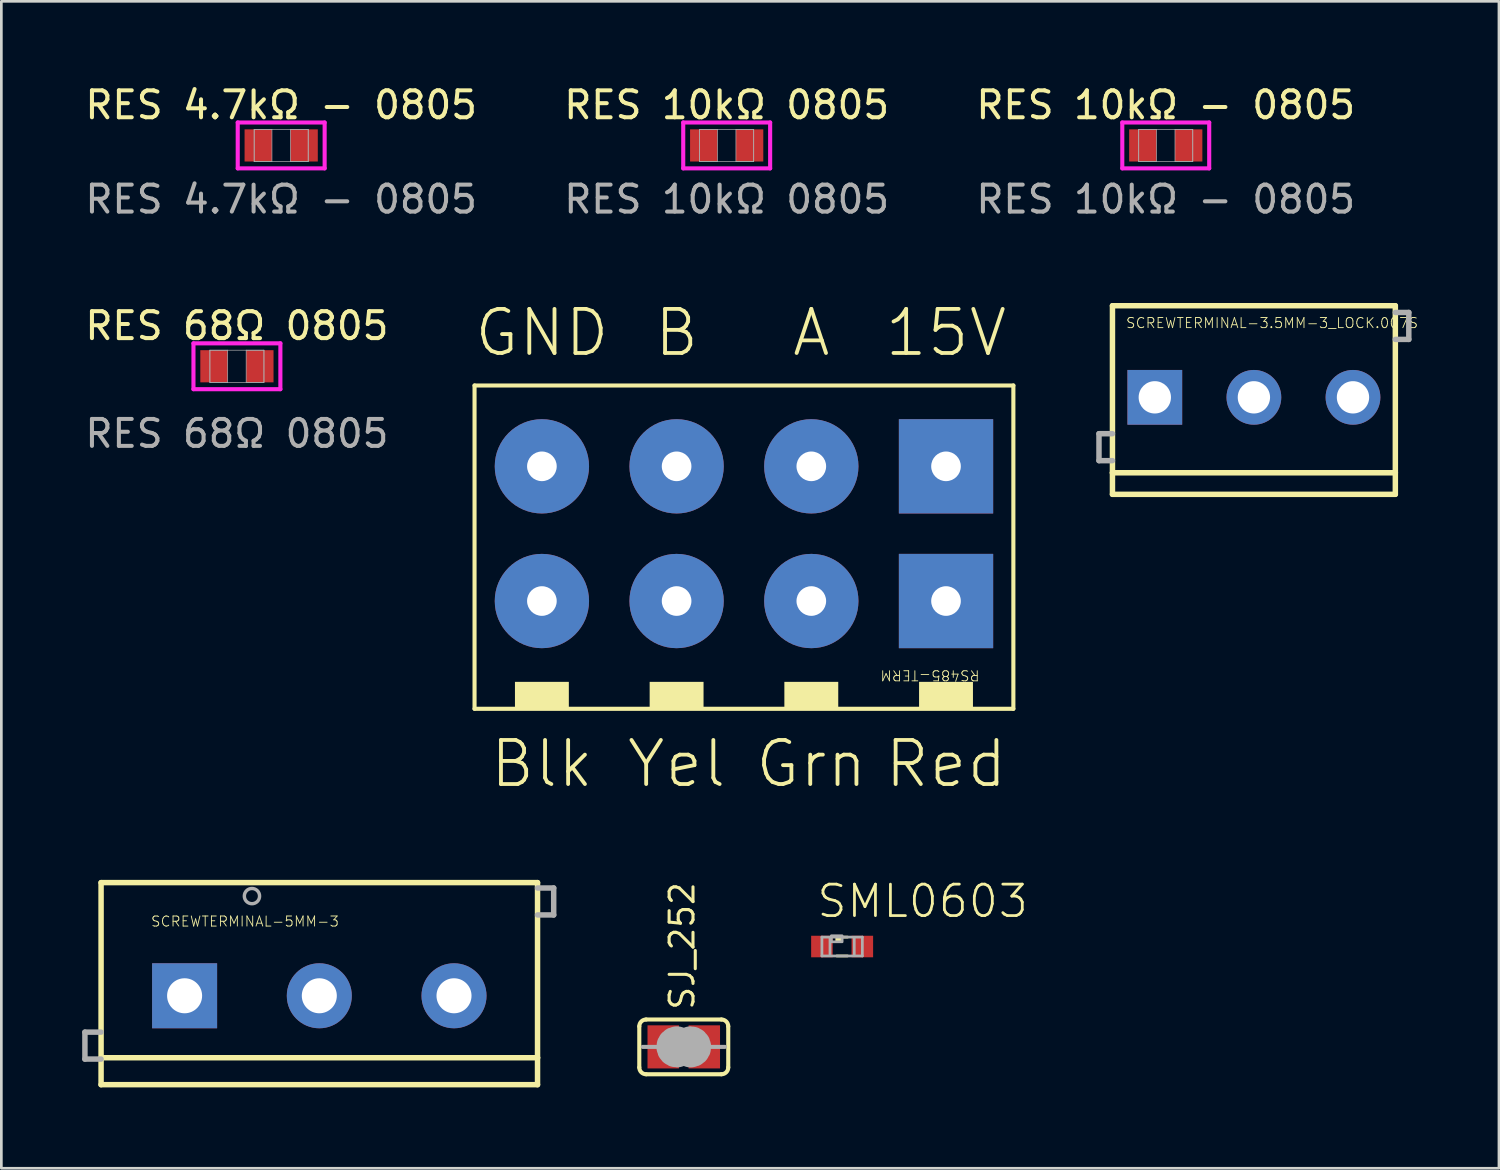
<source format=kicad_pcb>
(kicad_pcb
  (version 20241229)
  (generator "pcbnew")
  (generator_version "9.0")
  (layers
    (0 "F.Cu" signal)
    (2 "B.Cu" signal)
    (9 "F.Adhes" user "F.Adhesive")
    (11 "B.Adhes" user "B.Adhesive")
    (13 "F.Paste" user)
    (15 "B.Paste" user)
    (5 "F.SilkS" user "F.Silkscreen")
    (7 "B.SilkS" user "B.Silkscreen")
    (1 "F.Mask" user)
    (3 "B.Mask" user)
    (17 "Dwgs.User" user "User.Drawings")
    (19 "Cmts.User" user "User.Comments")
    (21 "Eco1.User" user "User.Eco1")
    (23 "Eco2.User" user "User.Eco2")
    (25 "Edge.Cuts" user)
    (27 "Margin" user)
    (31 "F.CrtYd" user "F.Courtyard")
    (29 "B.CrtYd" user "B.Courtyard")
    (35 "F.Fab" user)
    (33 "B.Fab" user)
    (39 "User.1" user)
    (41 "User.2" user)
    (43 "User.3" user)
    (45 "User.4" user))
  (footprint "RES 10kΩ 0805"
    (layer "F.Cu")
    (at 23.923 2.348)
    (property "Reference" "RES 10kΩ 0805" (at 0 -1.5 0) (unlocked yes) (layer "F.SilkS") (effects (font (size 1 1) (thickness 0.15))))
    (attr smd)
    (fp_line (start -1.613 -0.851) (end 1.613 -0.851) (stroke (width 0.152) (type solid)) (layer "F.CrtYd"))
    (fp_line (start -1.613 0.851) (end -1.613 -0.851) (stroke (width 0.152) (type solid)) (layer "F.CrtYd"))
    (fp_line (start 1.613 -0.851) (end 1.613 0.851) (stroke (width 0.152) (type solid)) (layer "F.CrtYd"))
    (fp_line (start 1.613 0.851) (end -1.613 0.851) (stroke (width 0.152) (type solid)) (layer "F.CrtYd"))
    (fp_line (start -1.003 -0.597) (end -1.003 0.597) (stroke (width 0.025) (type solid)) (layer "F.Fab"))
    (fp_line (start -1.003 -0.597) (end -1.003 0.597) (stroke (width 0.025) (type solid)) (layer "F.Fab"))
    (fp_line (start -1.003 0.597) (end -0.343 0.597) (stroke (width 0.025) (type solid)) (layer "F.Fab"))
    (fp_line (start -1.003 0.597) (end 1.003 0.597) (stroke (width 0.025) (type solid)) (layer "F.Fab"))
    (fp_line (start -0.343 -0.597) (end -1.003 -0.597) (stroke (width 0.025) (type solid)) (layer "F.Fab"))
    (fp_line (start -0.343 0.597) (end -0.343 -0.597) (stroke (width 0.025) (type solid)) (layer "F.Fab"))
    (fp_line (start 0.343 -0.597) (end 0.343 0.597) (stroke (width 0.025) (type solid)) (layer "F.Fab"))
    (fp_line (start 0.343 0.597) (end 1.003 0.597) (stroke (width 0.025) (type solid)) (layer "F.Fab"))
    (fp_line (start 1.003 -0.597) (end -1.003 -0.597) (stroke (width 0.025) (type solid)) (layer "F.Fab"))
    (fp_line (start 1.003 -0.597) (end 0.343 -0.597) (stroke (width 0.025) (type solid)) (layer "F.Fab"))
    (fp_line (start 1.003 0.597) (end 1.003 -0.597) (stroke (width 0.025) (type solid)) (layer "F.Fab"))
    (fp_line (start 1.003 0.597) (end 1.003 -0.597) (stroke (width 0.025) (type solid)) (layer "F.Fab"))
    (fp_text user "${REFERENCE}" (at 0 2 0) (unlocked yes) (layer "F.Fab") (effects (font (size 1 1) (thickness 0.15))))
    (pad "1" smd rect (at -0.851 0) (size 1.016 1.194) (layers "F.Cu" "F.Mask" "F.Paste"))
    (pad "2" smd rect (at 0.851 0) (size 1.016 1.194) (layers "F.Cu" "F.Mask" "F.Paste"))
    (zone (net_name "") (layer "F.Cu") (hatch full 0.508) (connect_pads) (min_thickness 0.254) (filled_areas_thickness no) (keepout (tracks not_allowed) (vias not_allowed) (pads allowed) (copperpour not_allowed) (footprints allowed)) (placement (enabled no)) (fill) (polygon (pts (xy 23.631 1.802) (xy 24.215 1.802) (xy 24.215 2.894) (xy 23.631 2.894)))))
  (footprint "RES 68Ω 0805"
    (layer "F.Cu")
    (at 5.744 10.545)
    (property "Reference" "RES 68Ω 0805" (at 0 -1.5 0) (unlocked yes) (layer "F.SilkS") (effects (font (size 1 1) (thickness 0.15))))
    (attr smd)
    (fp_line (start -1.613 -0.851) (end 1.613 -0.851) (stroke (width 0.152) (type solid)) (layer "F.CrtYd"))
    (fp_line (start -1.613 0.851) (end -1.613 -0.851) (stroke (width 0.152) (type solid)) (layer "F.CrtYd"))
    (fp_line (start 1.613 -0.851) (end 1.613 0.851) (stroke (width 0.152) (type solid)) (layer "F.CrtYd"))
    (fp_line (start 1.613 0.851) (end -1.613 0.851) (stroke (width 0.152) (type solid)) (layer "F.CrtYd"))
    (fp_line (start -1.003 -0.597) (end -1.003 0.597) (stroke (width 0.025) (type solid)) (layer "F.Fab"))
    (fp_line (start -1.003 -0.597) (end -1.003 0.597) (stroke (width 0.025) (type solid)) (layer "F.Fab"))
    (fp_line (start -1.003 0.597) (end -0.343 0.597) (stroke (width 0.025) (type solid)) (layer "F.Fab"))
    (fp_line (start -1.003 0.597) (end 1.003 0.597) (stroke (width 0.025) (type solid)) (layer "F.Fab"))
    (fp_line (start -0.343 -0.597) (end -1.003 -0.597) (stroke (width 0.025) (type solid)) (layer "F.Fab"))
    (fp_line (start -0.343 0.597) (end -0.343 -0.597) (stroke (width 0.025) (type solid)) (layer "F.Fab"))
    (fp_line (start 0.343 -0.597) (end 0.343 0.597) (stroke (width 0.025) (type solid)) (layer "F.Fab"))
    (fp_line (start 0.343 0.597) (end 1.003 0.597) (stroke (width 0.025) (type solid)) (layer "F.Fab"))
    (fp_line (start 1.003 -0.597) (end -1.003 -0.597) (stroke (width 0.025) (type solid)) (layer "F.Fab"))
    (fp_line (start 1.003 -0.597) (end 0.343 -0.597) (stroke (width 0.025) (type solid)) (layer "F.Fab"))
    (fp_line (start 1.003 0.597) (end 1.003 -0.597) (stroke (width 0.025) (type solid)) (layer "F.Fab"))
    (fp_line (start 1.003 0.597) (end 1.003 -0.597) (stroke (width 0.025) (type solid)) (layer "F.Fab"))
    (fp_text user "${REFERENCE}" (at 0 2.5 0) (unlocked yes) (layer "F.Fab") (effects (font (size 1 1) (thickness 0.15))))
    (pad "1" smd rect (at -0.851 0) (size 1.016 1.194) (layers "F.Cu" "F.Mask" "F.Paste"))
    (pad "2" smd rect (at 0.851 0) (size 1.016 1.194) (layers "F.Cu" "F.Mask" "F.Paste"))
    (zone (net_name "") (layer "F.Cu") (hatch full 0.508) (connect_pads) (min_thickness 0.254) (filled_areas_thickness no) (keepout (tracks not_allowed) (vias not_allowed) (pads allowed) (copperpour not_allowed) (footprints allowed)) (placement (enabled no)) (fill) (polygon (pts (xy 5.452 9.999) (xy 6.036 9.999) (xy 6.036 11.091) (xy 5.452 11.091)))))
  (footprint "RS485-TERM"
    (layer "F.Cu")
    (at 32.064 19.259)
    (property "Reference" "RS485-TERM" (at 1.27 2.54 180) (unlocked yes) (layer "F.SilkS") (effects (font (size 0.374 0.374) (thickness 0.033)) (justify left bottom)))
    (fp_line (start -17.5 -8) (end -17.5 4) (stroke (width 0.152) (type solid)) (layer "F.SilkS"))
    (fp_line (start -17.5 4) (end 2.5 4) (stroke (width 0.152) (type solid)) (layer "F.SilkS"))
    (fp_line (start 2.5 -8) (end -17.5 -8) (stroke (width 0.152) (type solid)) (layer "F.SilkS"))
    (fp_line (start 2.5 4) (end 2.5 -8) (stroke (width 0.152) (type solid)) (layer "F.SilkS"))
    (fp_poly (pts (xy -14 3) (xy -16 3) (xy -16 4) (xy -14 4)) (stroke (width 0) (type default)) (fill yes) (layer "F.SilkS"))
    (fp_poly (pts (xy -9 3) (xy -11 3) (xy -11 4) (xy -9 4)) (stroke (width 0) (type default)) (fill yes) (layer "F.SilkS"))
    (fp_poly (pts (xy -4 3) (xy -6 3) (xy -6 4) (xy -4 4)) (stroke (width 0) (type default)) (fill yes) (layer "F.SilkS"))
    (fp_poly (pts (xy 1 3) (xy -1 3) (xy -1 4) (xy 1 4)) (stroke (width 0) (type default)) (fill yes) (layer "F.SilkS"))
    (fp_text user "Blk" (at -15 7 0) (unlocked yes) (layer "F.SilkS") (effects (font (size 1.636 1.636) (thickness 0.142)) (justify bottom)))
    (fp_text user "15V" (at 0 -9 0) (unlocked yes) (layer "F.SilkS") (effects (font (size 1.636 1.636) (thickness 0.142)) (justify bottom)))
    (fp_text user "Grn" (at -5 7 0) (unlocked yes) (layer "F.SilkS") (effects (font (size 1.636 1.636) (thickness 0.142)) (justify bottom)))
    (fp_text user "Yel" (at -10 7 0) (unlocked yes) (layer "F.SilkS") (effects (font (size 1.636 1.636) (thickness 0.142)) (justify bottom)))
    (fp_text user "B" (at -10 -9 0) (unlocked yes) (layer "F.SilkS") (effects (font (size 1.636 1.636) (thickness 0.142)) (justify bottom)))
    (fp_text user "GND" (at -15 -9 0) (unlocked yes) (layer "F.SilkS") (effects (font (size 1.636 1.636) (thickness 0.142)) (justify bottom)))
    (fp_text user "A" (at -5 -9 0) (unlocked yes) (layer "F.SilkS") (effects (font (size 1.636 1.636) (thickness 0.142)) (justify bottom)))
    (fp_text user "Red" (at 0 7 0) (unlocked yes) (layer "F.SilkS") (effects (font (size 1.636 1.636) (thickness 0.142)) (justify bottom)))
    (pad "15V" thru_hole rect (at 0 0 180) (size 3.5 3.5) (drill 1.1) (layers "*.Cu" "*.Mask"))
    (pad "15V@1" thru_hole rect (at 0 -5 180) (size 3.5 3.5) (drill 1.1) (layers "*.Cu" "*.Mask"))
    (pad "A" thru_hole circle (at -5 0 180) (size 3.5 3.5) (drill 1.1) (layers "*.Cu" "*.Mask"))
    (pad "A@1" thru_hole circle (at -5 -5 180) (size 3.5 3.5) (drill 1.1) (layers "*.Cu" "*.Mask"))
    (pad "B" thru_hole circle (at -10 0 180) (size 3.5 3.5) (drill 1.1) (layers "*.Cu" "*.Mask"))
    (pad "B@1" thru_hole circle (at -10 -5 180) (size 3.5 3.5) (drill 1.1) (layers "*.Cu" "*.Mask"))
    (pad "GND" thru_hole circle (at -15 0 180) (size 3.5 3.5) (drill 1.1) (layers "*.Cu" "*.Mask"))
    (pad "GND@1" thru_hole circle (at -15 -5 180) (size 3.5 3.5) (drill 1.1) (layers "*.Cu" "*.Mask")))
  (footprint "RES 4.7kΩ - 0805"
    (layer "F.Cu")
    (at 7.387 2.348)
    (property "Reference" "RES 4.7kΩ - 0805" (at 0 -1.5 0) (unlocked yes) (layer "F.SilkS") (effects (font (size 1 1) (thickness 0.15))))
    (attr smd)
    (fp_line (start -1.613 -0.851) (end 1.613 -0.851) (stroke (width 0.152) (type solid)) (layer "F.CrtYd"))
    (fp_line (start -1.613 0.851) (end -1.613 -0.851) (stroke (width 0.152) (type solid)) (layer "F.CrtYd"))
    (fp_line (start 1.613 -0.851) (end 1.613 0.851) (stroke (width 0.152) (type solid)) (layer "F.CrtYd"))
    (fp_line (start 1.613 0.851) (end -1.613 0.851) (stroke (width 0.152) (type solid)) (layer "F.CrtYd"))
    (fp_line (start -1.003 -0.597) (end -1.003 0.597) (stroke (width 0.025) (type solid)) (layer "F.Fab"))
    (fp_line (start -1.003 -0.597) (end -1.003 0.597) (stroke (width 0.025) (type solid)) (layer "F.Fab"))
    (fp_line (start -1.003 0.597) (end -0.343 0.597) (stroke (width 0.025) (type solid)) (layer "F.Fab"))
    (fp_line (start -1.003 0.597) (end 1.003 0.597) (stroke (width 0.025) (type solid)) (layer "F.Fab"))
    (fp_line (start -0.343 -0.597) (end -1.003 -0.597) (stroke (width 0.025) (type solid)) (layer "F.Fab"))
    (fp_line (start -0.343 0.597) (end -0.343 -0.597) (stroke (width 0.025) (type solid)) (layer "F.Fab"))
    (fp_line (start 0.343 -0.597) (end 0.343 0.597) (stroke (width 0.025) (type solid)) (layer "F.Fab"))
    (fp_line (start 0.343 0.597) (end 1.003 0.597) (stroke (width 0.025) (type solid)) (layer "F.Fab"))
    (fp_line (start 1.003 -0.597) (end -1.003 -0.597) (stroke (width 0.025) (type solid)) (layer "F.Fab"))
    (fp_line (start 1.003 -0.597) (end 0.343 -0.597) (stroke (width 0.025) (type solid)) (layer "F.Fab"))
    (fp_line (start 1.003 0.597) (end 1.003 -0.597) (stroke (width 0.025) (type solid)) (layer "F.Fab"))
    (fp_line (start 1.003 0.597) (end 1.003 -0.597) (stroke (width 0.025) (type solid)) (layer "F.Fab"))
    (fp_text user "${REFERENCE}" (at 0 2 0) (unlocked yes) (layer "F.Fab") (effects (font (size 1 1) (thickness 0.15))))
    (pad "1" smd rect (at -0.851 0) (size 1.016 1.194) (layers "F.Cu" "F.Mask" "F.Paste"))
    (pad "2" smd rect (at 0.851 0) (size 1.016 1.194) (layers "F.Cu" "F.Mask" "F.Paste"))
    (zone (net_name "") (layer "F.Cu") (hatch full 0.508) (connect_pads) (min_thickness 0.254) (filled_areas_thickness no) (keepout (tracks not_allowed) (vias not_allowed) (pads allowed) (copperpour not_allowed) (footprints allowed)) (placement (enabled no)) (fill) (polygon (pts (xy 7.095 1.802) (xy 7.679 1.802) (xy 7.679 2.894) (xy 7.095 2.894)))))
  (footprint "SCREWTERMINAL-5MM-3"
    (layer "F.Cu")
    (at 3.802 33.911)
    (property "Reference" "SCREWTERMINAL-5MM-3" (at -1.27 -2.54 0) (unlocked yes) (layer "F.SilkS") (effects (font (size 0.374 0.374) (thickness 0.033)) (justify left bottom)))
    (fp_line (start -3.1 -4.2) (end 13.1 -4.2) (stroke (width 0.203) (type solid)) (layer "F.SilkS"))
    (fp_line (start -3.1 2.3) (end -3.1 -4.2) (stroke (width 0.203) (type solid)) (layer "F.SilkS"))
    (fp_line (start -3.1 3.3) (end -3.1 2.3) (stroke (width 0.203) (type solid)) (layer "F.SilkS"))
    (fp_line (start 13.1 -4.2) (end 13.1 2.3) (stroke (width 0.203) (type solid)) (layer "F.SilkS"))
    (fp_line (start 13.1 2.3) (end -3.1 2.3) (stroke (width 0.203) (type solid)) (layer "F.SilkS"))
    (fp_line (start 13.1 2.3) (end 13.1 3.3) (stroke (width 0.203) (type solid)) (layer "F.SilkS"))
    (fp_line (start 13.1 3.3) (end -3.1 3.3) (stroke (width 0.203) (type solid)) (layer "F.SilkS"))
    (fp_line (start -3.7 1.35) (end -3.7 2.35) (stroke (width 0.203) (type solid)) (layer "F.Fab"))
    (fp_line (start -3.7 2.35) (end -3.1 2.35) (stroke (width 0.203) (type solid)) (layer "F.Fab"))
    (fp_line (start -3.1 1.35) (end -3.7 1.35) (stroke (width 0.203) (type solid)) (layer "F.Fab"))
    (fp_line (start 13.1 -4) (end 13.7 -4) (stroke (width 0.203) (type solid)) (layer "F.Fab"))
    (fp_line (start 13.7 -4) (end 13.7 -3) (stroke (width 0.203) (type solid)) (layer "F.Fab"))
    (fp_line (start 13.7 -3) (end 13.1 -3) (stroke (width 0.203) (type solid)) (layer "F.Fab"))
    (fp_circle (center 2.5 -3.7) (end 2.783 -3.7) (stroke (width 0.127) (type solid)) (fill no) (layer "F.Fab"))
    (pad "1" thru_hole rect (at 0 0) (size 2.413 2.413) (drill 1.3) (layers "*.Cu" "*.Mask"))
    (pad "2" thru_hole circle (at 5 0) (size 2.413 2.413) (drill 1.3) (layers "*.Cu" "*.Mask"))
    (pad "3" thru_hole circle (at 10 0) (size 2.413 2.413) (drill 1.3) (layers "*.Cu" "*.Mask")))
  (footprint "RES 10kΩ - 0805"
    (layer "F.Cu")
    (at 40.22 2.348)
    (property "Reference" "RES 10kΩ - 0805" (at 0 -1.5 0) (unlocked yes) (layer "F.SilkS") (effects (font (size 1 1) (thickness 0.15))))
    (attr smd)
    (fp_line (start -1.613 -0.851) (end 1.613 -0.851) (stroke (width 0.152) (type solid)) (layer "F.CrtYd"))
    (fp_line (start -1.613 0.851) (end -1.613 -0.851) (stroke (width 0.152) (type solid)) (layer "F.CrtYd"))
    (fp_line (start 1.613 -0.851) (end 1.613 0.851) (stroke (width 0.152) (type solid)) (layer "F.CrtYd"))
    (fp_line (start 1.613 0.851) (end -1.613 0.851) (stroke (width 0.152) (type solid)) (layer "F.CrtYd"))
    (fp_line (start -1.003 -0.597) (end -1.003 0.597) (stroke (width 0.025) (type solid)) (layer "F.Fab"))
    (fp_line (start -1.003 -0.597) (end -1.003 0.597) (stroke (width 0.025) (type solid)) (layer "F.Fab"))
    (fp_line (start -1.003 0.597) (end -0.343 0.597) (stroke (width 0.025) (type solid)) (layer "F.Fab"))
    (fp_line (start -1.003 0.597) (end 1.003 0.597) (stroke (width 0.025) (type solid)) (layer "F.Fab"))
    (fp_line (start -0.343 -0.597) (end -1.003 -0.597) (stroke (width 0.025) (type solid)) (layer "F.Fab"))
    (fp_line (start -0.343 0.597) (end -0.343 -0.597) (stroke (width 0.025) (type solid)) (layer "F.Fab"))
    (fp_line (start 0.343 -0.597) (end 0.343 0.597) (stroke (width 0.025) (type solid)) (layer "F.Fab"))
    (fp_line (start 0.343 0.597) (end 1.003 0.597) (stroke (width 0.025) (type solid)) (layer "F.Fab"))
    (fp_line (start 1.003 -0.597) (end -1.003 -0.597) (stroke (width 0.025) (type solid)) (layer "F.Fab"))
    (fp_line (start 1.003 -0.597) (end 0.343 -0.597) (stroke (width 0.025) (type solid)) (layer "F.Fab"))
    (fp_line (start 1.003 0.597) (end 1.003 -0.597) (stroke (width 0.025) (type solid)) (layer "F.Fab"))
    (fp_line (start 1.003 0.597) (end 1.003 -0.597) (stroke (width 0.025) (type solid)) (layer "F.Fab"))
    (fp_text user "${REFERENCE}" (at 0 2 0) (unlocked yes) (layer "F.Fab") (effects (font (size 1 1) (thickness 0.15))))
    (pad "1" smd rect (at -0.851 0) (size 1.016 1.194) (layers "F.Cu" "F.Mask" "F.Paste"))
    (pad "2" smd rect (at 0.851 0) (size 1.016 1.194) (layers "F.Cu" "F.Mask" "F.Paste"))
    (zone (net_name "") (layer "F.Cu") (hatch full 0.508) (connect_pads) (min_thickness 0.254) (filled_areas_thickness no) (keepout (tracks not_allowed) (vias not_allowed) (pads allowed) (copperpour not_allowed) (footprints allowed)) (placement (enabled no)) (fill) (polygon (pts (xy 39.928 1.802) (xy 40.512 1.802) (xy 40.512 2.894) (xy 39.928 2.894)))))
  (footprint "SCREWTERMINAL-3.5MM-3_LOCK.007S"
    (layer "F.Cu")
    (at 39.992 11.698)
    (property "Reference" "SCREWTERMINAL-3.5MM-3_LOCK.007S" (at -1.27 -2.54 0) (unlocked yes) (layer "F.SilkS") (effects (font (size 0.374 0.374) (thickness 0.033)) (justify left bottom)))
    (fp_line (start -1.75 -3.4) (end 8.75 -3.4) (stroke (width 0.203) (type solid)) (layer "F.SilkS"))
    (fp_line (start -1.75 2.8) (end -1.75 -3.4) (stroke (width 0.203) (type solid)) (layer "F.SilkS"))
    (fp_line (start -1.75 3.6) (end -1.75 2.8) (stroke (width 0.203) (type solid)) (layer "F.SilkS"))
    (fp_line (start 8.75 -3.4) (end 8.75 2.8) (stroke (width 0.203) (type solid)) (layer "F.SilkS"))
    (fp_line (start 8.75 2.8) (end -1.75 2.8) (stroke (width 0.203) (type solid)) (layer "F.SilkS"))
    (fp_line (start 8.75 2.8) (end 8.75 3.6) (stroke (width 0.203) (type solid)) (layer "F.SilkS"))
    (fp_line (start 8.75 3.6) (end -1.75 3.6) (stroke (width 0.203) (type solid)) (layer "F.SilkS"))
    (fp_line (start -2.25 1.35) (end -2.25 2.35) (stroke (width 0.203) (type solid)) (layer "F.Fab"))
    (fp_line (start -2.25 2.35) (end -1.75 2.35) (stroke (width 0.203) (type solid)) (layer "F.Fab"))
    (fp_line (start -1.75 1.35) (end -2.25 1.35) (stroke (width 0.203) (type solid)) (layer "F.Fab"))
    (fp_line (start 8.75 -3.15) (end 9.25 -3.15) (stroke (width 0.203) (type solid)) (layer "F.Fab"))
    (fp_line (start 9.25 -3.15) (end 9.25 -2.15) (stroke (width 0.203) (type solid)) (layer "F.Fab"))
    (fp_line (start 9.25 -2.15) (end 8.75 -2.15) (stroke (width 0.203) (type solid)) (layer "F.Fab"))
    (fp_circle (center 0 0) (end 0.425 0) (stroke (width 0.001) (type solid)) (fill no) (layer "F.Fab"))
    (fp_circle (center 3.5 0) (end 3.925 0) (stroke (width 0.001) (type solid)) (fill no) (layer "F.Fab"))
    (fp_circle (center 7 0) (end 7.425 0) (stroke (width 0.001) (type solid)) (fill no) (layer "F.Fab"))
    (pad "1" thru_hole rect (at -0.178 0) (size 2.032 2.032) (drill 1.2) (layers "*.Cu" "*.Mask"))
    (pad "2" thru_hole circle (at 3.5 0) (size 2.032 2.032) (drill 1.2) (layers "*.Cu" "*.Mask"))
    (pad "3" thru_hole circle (at 7.178 0) (size 2.032 2.032) (drill 1.2) (layers "*.Cu" "*.Mask")))
  (footprint "SML0603"
    (layer "F.Cu")
    (at 28.208 32.083)
    (property "Reference" "SML0603" (at -1 -1 0) (unlocked yes) (layer "F.SilkS") (effects (font (size 1.168 1.168) (thickness 0.102)) (justify left bottom)))
    (fp_line (start -0.2 -0.35) (end 0.2 -0.35) (stroke (width 0.102) (type solid)) (layer "F.SilkS"))
    (fp_line (start -0.2 0.35) (end 0.2 0.35) (stroke (width 0.102) (type solid)) (layer "F.SilkS"))
    (fp_poly (pts (xy -0.25 -0.175) (xy 0 -0.175) (xy 0 -0.4) (xy -0.25 -0.4)) (stroke (width 0) (type default)) (fill yes) (layer "F.SilkS"))
    (fp_line (start -0.75 -0.35) (end 0.75 -0.35) (stroke (width 0.102) (type solid)) (layer "F.Fab"))
    (fp_line (start -0.75 0.35) (end -0.75 -0.35) (stroke (width 0.102) (type solid)) (layer "F.Fab"))
    (fp_line (start -0.45 -0.3) (end -0.45 0.3) (stroke (width 0.102) (type solid)) (layer "F.Fab"))
    (fp_line (start 0.45 -0.3) (end 0.45 0.3) (stroke (width 0.102) (type solid)) (layer "F.Fab"))
    (fp_line (start 0.75 -0.35) (end 0.75 0.35) (stroke (width 0.102) (type solid)) (layer "F.Fab"))
    (fp_line (start 0.75 0.35) (end -0.75 0.35) (stroke (width 0.102) (type solid)) (layer "F.Fab"))
    (fp_poly (pts (xy -0.4 -0.175) (xy 0 -0.175) (xy 0 -0.4) (xy -0.4 -0.4)) (stroke (width 0.1) (type default)) (fill no) (layer "F.Fab"))
    (pad "A" smd rect (at 0.75 0) (size 0.8 0.8) (layers "F.Cu" "F.Mask" "F.Paste"))
    (pad "C" smd rect (at -0.75 0) (size 0.8 0.8) (layers "F.Cu" "F.Mask" "F.Paste")))
  (footprint "SJ_252"
    (layer "F.Cu")
    (at 22.33 35.808)
    (property "Reference" "SJ_252" (at 0.457 -1.309 90) (unlocked yes) (layer "F.SilkS") (effects (font (size 0.886 0.886) (thickness 0.114)) (justify left bottom)))
    (fp_poly (pts (xy -0.076 0.914) (xy 0.076 0.914) (xy 0.076 -0.914) (xy -0.076 -0.914)) (stroke (width 0) (type default)) (fill yes) (layer "F.Mask"))
    (fp_line (start -1.651 0.762) (end -1.651 -0.762) (stroke (width 0.152) (type solid)) (layer "F.SilkS"))
    (fp_line (start -1.397 -1.016) (end 1.397 -1.016) (stroke (width 0.152) (type solid)) (layer "F.SilkS"))
    (fp_line (start 1.397 1.016) (end -1.397 1.016) (stroke (width 0.152) (type solid)) (layer "F.SilkS"))
    (fp_line (start 1.651 0.762) (end 1.651 -0.762) (stroke (width 0.152) (type solid)) (layer "F.SilkS"))
    (fp_arc (start -1.651 -0.762) (mid -1.576605 -0.941605) (end -1.397 -1.016) (stroke (width 0.1524) (type solid)) (layer "F.SilkS"))
    (fp_arc (start -1.397 1.016) (mid -1.576605 0.941605) (end -1.651 0.762) (stroke (width 0.1524) (type solid)) (layer "F.SilkS"))
    (fp_arc (start 1.397 -1.016) (mid 1.576605 -0.941605) (end 1.651 -0.762) (stroke (width 0.1524) (type solid)) (layer "F.SilkS"))
    (fp_arc (start 1.651 0.762) (mid 1.576605 0.941605) (end 1.397 1.016) (stroke (width 0.1524) (type solid)) (layer "F.SilkS"))
    (fp_line (start -1.016 0) (end -1.524 0) (stroke (width 0.152) (type solid)) (layer "F.Fab"))
    (fp_line (start 1.016 0) (end 1.524 0) (stroke (width 0.152) (type solid)) (layer "F.Fab"))
    (fp_arc (start -0.254 0.127) (mid -0.381 0) (end -0.254 -0.127) (stroke (width 1.27) (type solid)) (layer "F.Fab"))
    (fp_arc (start 0.254 -0.127) (mid 0.381 0) (end 0.254 0.127) (stroke (width 1.27) (type solid)) (layer "F.Fab"))
    (pad "1" smd rect (at -0.762 0) (size 1.168 1.6) (layers "F.Cu" "F.Mask" "F.Paste"))
    (pad "2" smd rect (at 0.762 0) (size 1.168 1.6) (layers "F.Cu" "F.Mask" "F.Paste")))
  (gr_rect
    (start -3 -3)
    (end 52.588 40.313)
    (stroke (width 0.1) (type default))
    (fill no)
    (layer "Edge.Cuts")))
</source>
